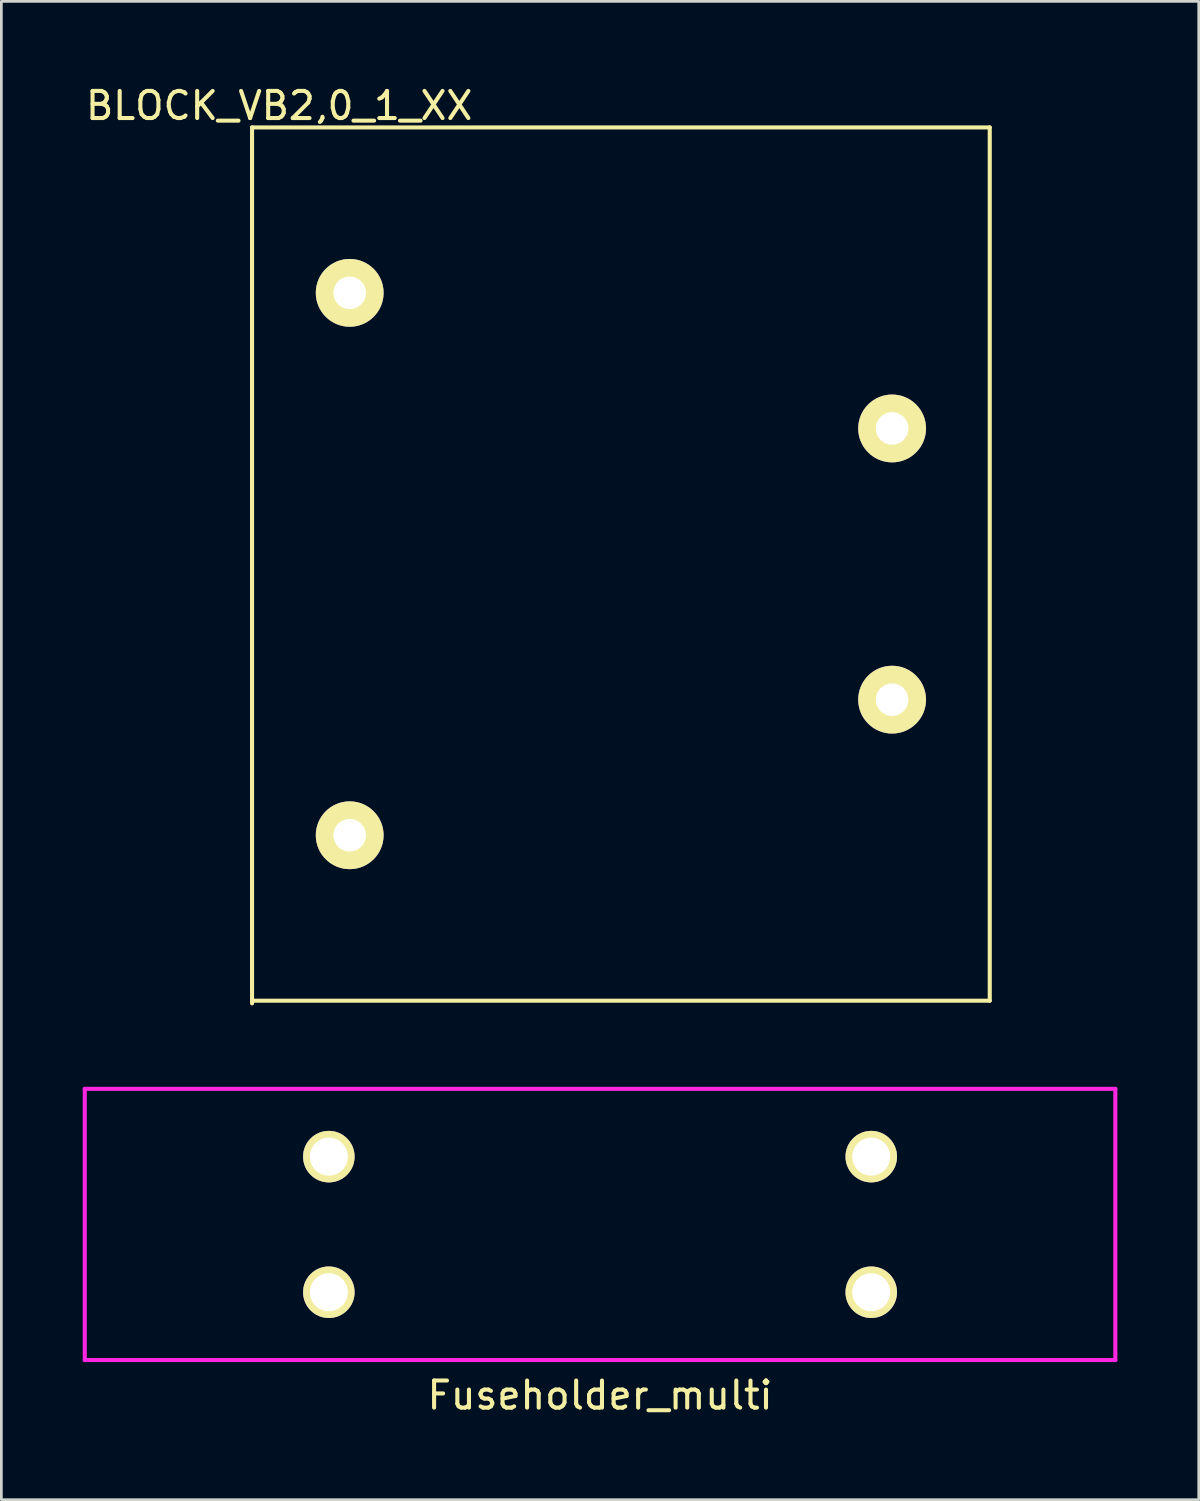
<source format=kicad_pcb>
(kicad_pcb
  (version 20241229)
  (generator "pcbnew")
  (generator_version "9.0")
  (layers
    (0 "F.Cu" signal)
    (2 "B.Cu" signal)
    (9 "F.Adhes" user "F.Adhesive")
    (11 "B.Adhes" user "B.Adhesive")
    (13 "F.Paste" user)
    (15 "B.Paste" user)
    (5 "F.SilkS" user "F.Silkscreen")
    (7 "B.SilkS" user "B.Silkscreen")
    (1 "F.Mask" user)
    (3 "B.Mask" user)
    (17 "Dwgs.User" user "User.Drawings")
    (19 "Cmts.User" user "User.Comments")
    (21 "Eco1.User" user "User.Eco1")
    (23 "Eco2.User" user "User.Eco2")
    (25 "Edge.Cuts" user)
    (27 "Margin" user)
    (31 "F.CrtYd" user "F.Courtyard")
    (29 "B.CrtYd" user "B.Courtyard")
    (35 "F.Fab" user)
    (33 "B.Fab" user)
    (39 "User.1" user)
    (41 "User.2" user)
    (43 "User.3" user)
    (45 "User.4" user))
  (footprint "BLOCK_VB2,0_1_XX"
    (layer "F.Cu")
    (at 19.844 17.748)
    (property "Reference" "BLOCK_VB2,0_1_XX" (at -12.6 -16.9 0) (layer "F.SilkS") (effects (font (size 1 1) (thickness 0.15))))
    (attr through_hole)
    (fp_line (start -13.6 -16.1) (end 13.6 -16.1) (stroke (width 0.15) (type solid)) (layer "F.SilkS"))
    (fp_line (start -13.6 16.2) (end -13.6 -16.1) (stroke (width 0.15) (type solid)) (layer "F.SilkS"))
    (fp_line (start 13.6 -16.1) (end 13.6 16.1) (stroke (width 0.15) (type solid)) (layer "F.SilkS"))
    (fp_line (start 13.6 16.1) (end -13.6 16.1) (stroke (width 0.15) (type solid)) (layer "F.SilkS"))
    (pad "1" thru_hole circle (at -10 -10) (size 2.5 2.5) (drill 1.2) (layers "*.Cu" "*.Mask" "F.SilkS"))
    (pad "2" thru_hole circle (at -10 10) (size 2.5 2.5) (drill 1.2) (layers "*.Cu" "*.Mask" "F.SilkS"))
    (pad "3" thru_hole circle (at 10 -5) (size 2.5 2.5) (drill 1.2) (layers "*.Cu" "*.Mask" "F.SilkS"))
    (pad "4" thru_hole circle (at 10 5) (size 2.5 2.5) (drill 1.2) (layers "*.Cu" "*.Mask" "F.SilkS")))
  (footprint "Fuseholder_multi"
    (layer "F.Cu")
    (at 19.075 42.098)
    (property "Reference" "Fuseholder_multi" (at 0 6.3 0) (layer "F.SilkS") (effects (font (size 1 1) (thickness 0.15))))
    (attr through_hole)
    (fp_line (start -19 -5) (end -19 5) (stroke (width 0.15) (type solid)) (layer "F.CrtYd"))
    (fp_line (start -19 -5) (end 19 -5) (stroke (width 0.15) (type solid)) (layer "F.CrtYd"))
    (fp_line (start -19 5) (end 19 5) (stroke (width 0.15) (type solid)) (layer "F.CrtYd"))
    (fp_line (start 19 5) (end 19 -5) (stroke (width 0.15) (type solid)) (layer "F.CrtYd"))
    (pad "1" thru_hole circle (at -10 -2.5) (size 1.9 1.9) (drill 1.4) (layers "*.Cu" "*.Mask" "F.SilkS"))
    (pad "1" thru_hole circle (at -10 2.5) (size 1.9 1.9) (drill 1.4) (layers "*.Cu" "*.Mask" "F.SilkS"))
    (pad "2" thru_hole circle (at 10 -2.5) (size 1.9 1.9) (drill 1.4) (layers "*.Cu" "*.Mask" "F.SilkS"))
    (pad "2" thru_hole circle (at 10 2.5) (size 1.9 1.9) (drill 1.4) (layers "*.Cu" "*.Mask" "F.SilkS")))
  (gr_rect
    (start -3 -3)
    (end 41.15 52.246)
    (stroke (width 0.1) (type default))
    (fill no)
    (layer "Edge.Cuts")))
</source>
